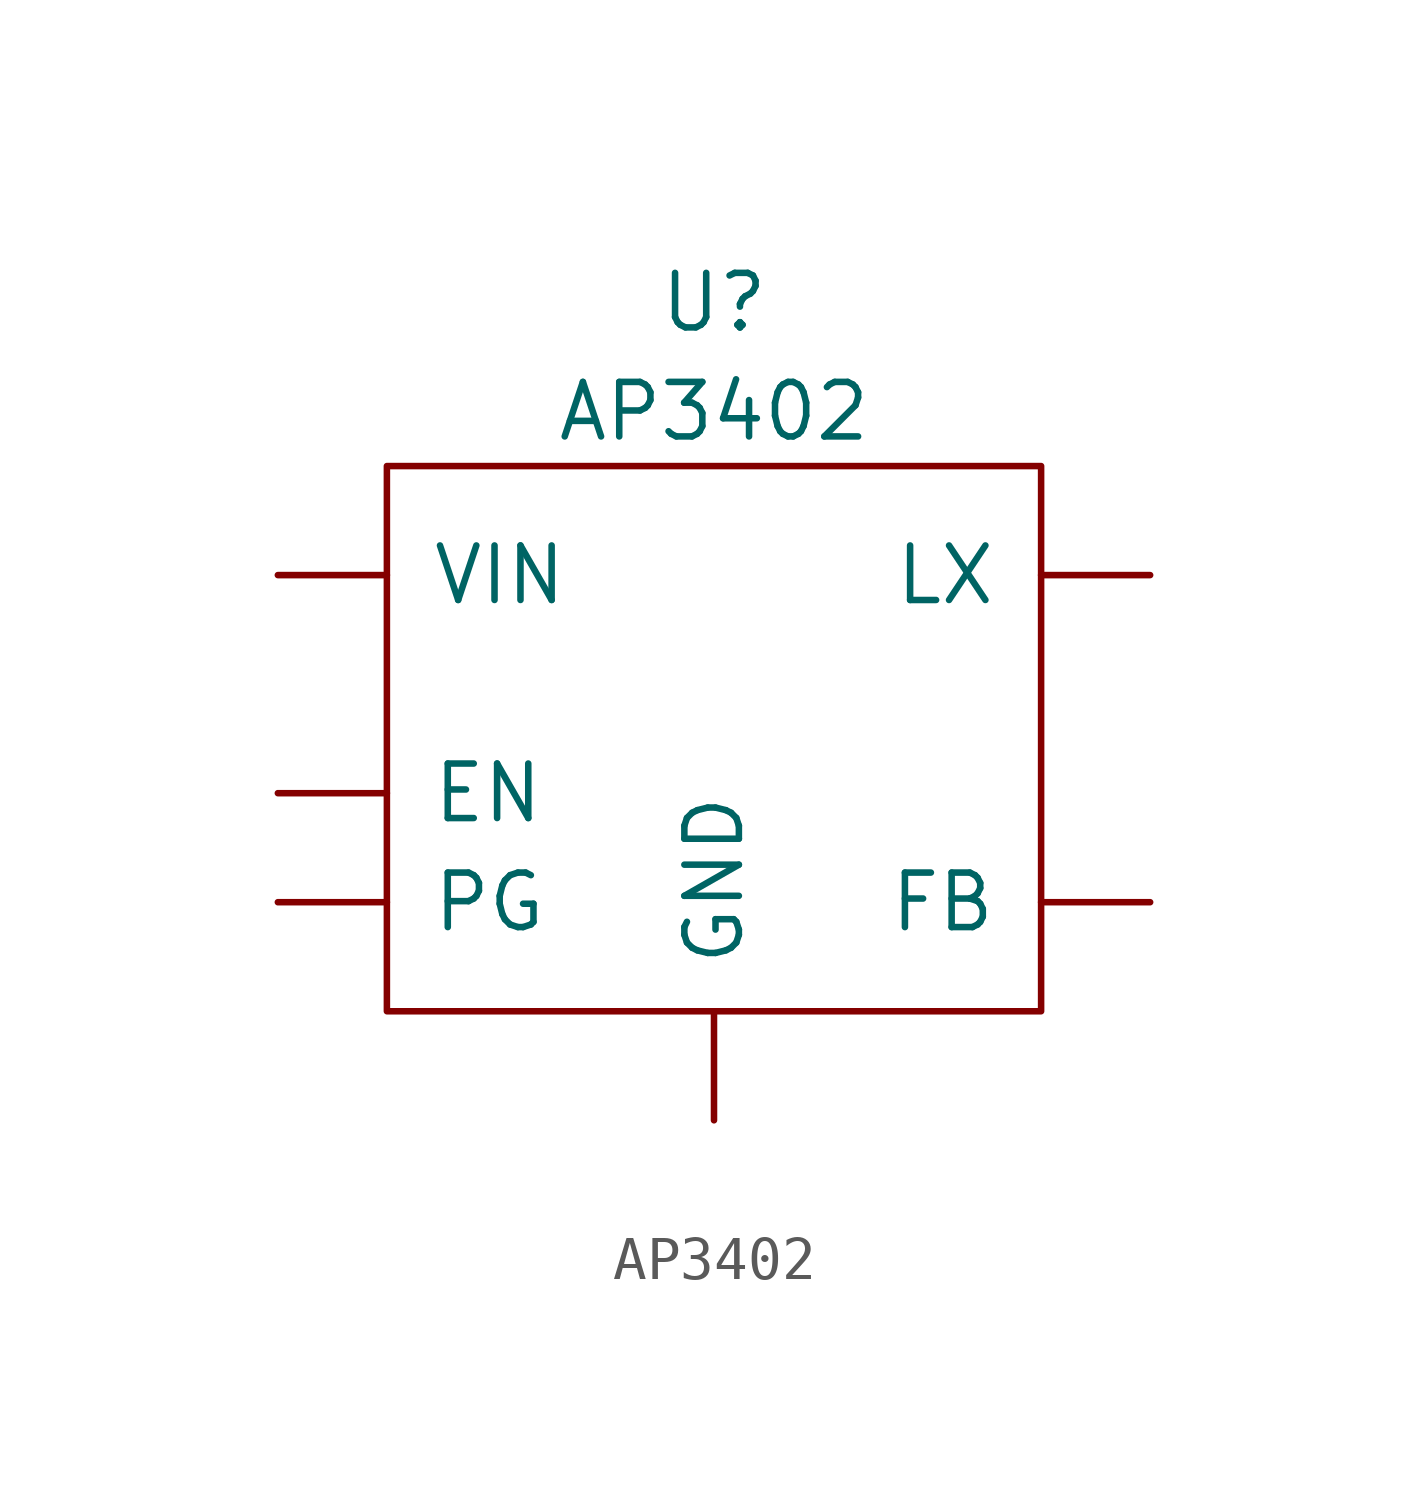
<source format=kicad_sym>
(kicad_symbol_lib
  (version 20211014)
  (generator kicad_symbol_editor)
  (symbol "AP3402"
    (pin_numbers hide)
    (pin_names
      (offset 1.016))
    (property "Reference" "U"
      (at 0 11.43 0)
      (effects (font (size 1.27 1.27))))
    (property "Value" "AP3402"
      (at 0 8.89 0)
      (effects (font (size 1.27 1.27))))
    (symbol "AP3402_0_1"
      (rectangle (start -7.62 7.62) (end 7.62 -5.08) (stroke (width 0) (type default) (color 0 0 0 0)) (fill (type none))))
    (symbol "AP3402_1_1"
      (pin input line (at -10.16 0 0) (length 2.54) (name "EN" (effects (font (size 1.27 1.27)))) (number "1" (effects (font (size 1.27 1.27)))))
      (pin power_in line (at 0 -7.62 90) (length 2.54) (name "GND" (effects (font (size 1.27 1.27)))) (number "2" (effects (font (size 1.27 1.27)))))
      (pin passive line (at 10.16 5.08 180) (length 2.54) (name "LX" (effects (font (size 1.27 1.27)))) (number "3" (effects (font (size 1.27 1.27)))))
      (pin power_in line (at -10.16 5.08 0) (length 2.54) (name "VIN" (effects (font (size 1.27 1.27)))) (number "4" (effects (font (size 1.27 1.27)))))
      (pin open_collector line (at -10.16 -2.54 0) (length 2.54) (name "PG" (effects (font (size 1.27 1.27)))) (number "5" (effects (font (size 1.27 1.27)))))
      (pin passive line (at 10.16 -2.54 180) (length 2.54) (name "FB" (effects (font (size 1.27 1.27)))) (number "6" (effects (font (size 1.27 1.27))))))))
</source>
